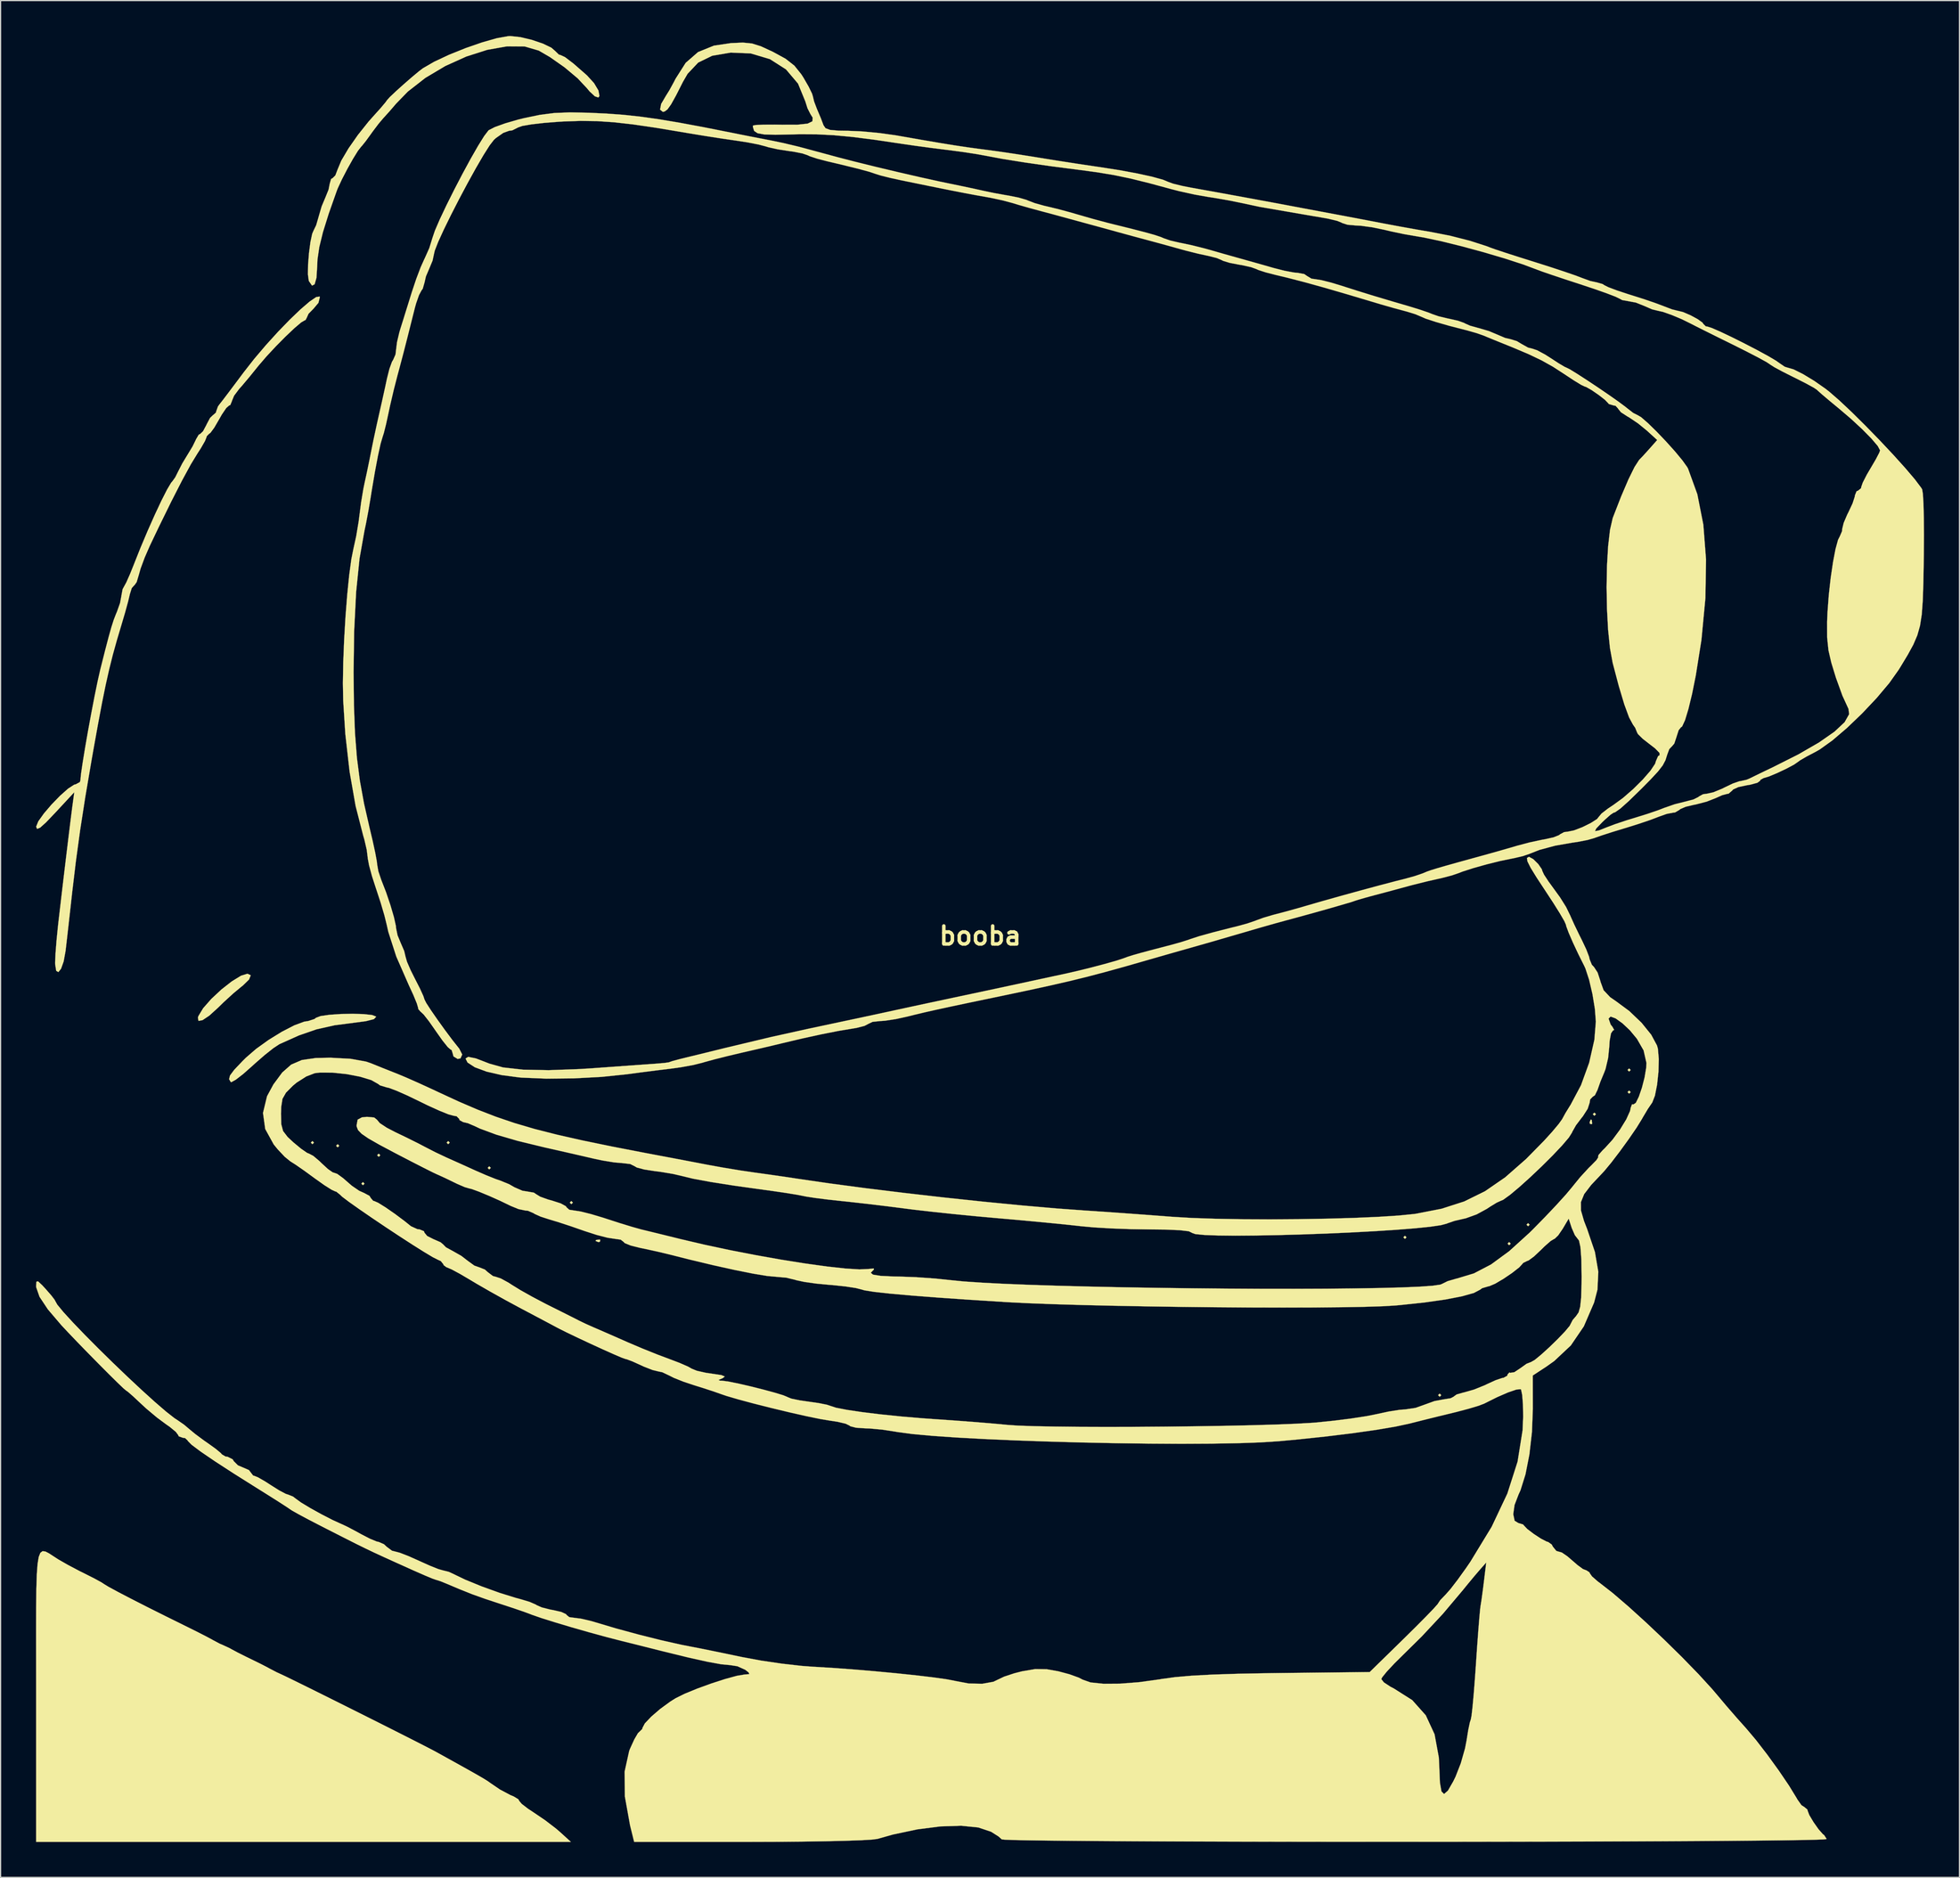
<source format=kicad_pcb>
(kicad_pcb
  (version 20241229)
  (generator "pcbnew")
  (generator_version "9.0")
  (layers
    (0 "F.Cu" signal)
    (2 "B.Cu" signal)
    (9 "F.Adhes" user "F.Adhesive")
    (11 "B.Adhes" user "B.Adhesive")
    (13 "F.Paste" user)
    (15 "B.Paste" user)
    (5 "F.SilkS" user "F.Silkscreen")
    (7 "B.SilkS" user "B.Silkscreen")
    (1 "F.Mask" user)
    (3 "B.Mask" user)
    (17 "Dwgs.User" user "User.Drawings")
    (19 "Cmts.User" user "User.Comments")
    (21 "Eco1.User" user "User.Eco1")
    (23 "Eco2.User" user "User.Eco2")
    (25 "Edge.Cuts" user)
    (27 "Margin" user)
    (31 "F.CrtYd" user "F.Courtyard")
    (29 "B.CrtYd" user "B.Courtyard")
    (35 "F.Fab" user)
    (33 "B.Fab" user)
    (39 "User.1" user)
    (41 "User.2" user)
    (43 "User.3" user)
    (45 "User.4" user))
  (footprint "booba"
    (layer "F.Cu")
    (at 79.952 76.205)
    (property "Reference" "booba" (at 0 0 0) (layer "F.SilkS") (effects (font (size 1.524 1.524) (thickness 0.3))))
    (attr through_hole)
    (fp_poly (pts (xy -56.415 17.513) (xy -56.548 17.646) (xy -56.682 17.513) (xy -56.548 17.379) (xy -56.415 17.513)) (stroke (width 0.01) (type solid)) (fill yes) (layer "F.SilkS"))
    (fp_poly (pts (xy -54.276 17.78) (xy -54.409 17.914) (xy -54.543 17.78) (xy -54.409 17.646) (xy -54.276 17.78)) (stroke (width 0.01) (type solid)) (fill yes) (layer "F.SilkS"))
    (fp_poly (pts (xy -52.137 20.988) (xy -52.271 21.122) (xy -52.404 20.988) (xy -52.271 20.855) (xy -52.137 20.988)) (stroke (width 0.01) (type solid)) (fill yes) (layer "F.SilkS"))
    (fp_poly (pts (xy -50.8 18.582) (xy -50.934 18.716) (xy -51.067 18.582) (xy -50.934 18.448) (xy -50.8 18.582)) (stroke (width 0.01) (type solid)) (fill yes) (layer "F.SilkS"))
    (fp_poly (pts (xy -44.918 17.513) (xy -45.052 17.646) (xy -45.185 17.513) (xy -45.052 17.379) (xy -44.918 17.513)) (stroke (width 0.01) (type solid)) (fill yes) (layer "F.SilkS"))
    (fp_poly (pts (xy -41.442 19.652) (xy -41.576 19.785) (xy -41.709 19.652) (xy -41.576 19.518) (xy -41.442 19.652)) (stroke (width 0.01) (type solid)) (fill yes) (layer "F.SilkS"))
    (fp_poly (pts (xy -34.491 22.593) (xy -34.624 22.726) (xy -34.758 22.593) (xy -34.624 22.459) (xy -34.491 22.593)) (stroke (width 0.01) (type solid)) (fill yes) (layer "F.SilkS"))
    (fp_poly (pts (xy 36.095 25.534) (xy 35.961 25.667) (xy 35.827 25.534) (xy 35.961 25.4) (xy 36.095 25.534)) (stroke (width 0.01) (type solid)) (fill yes) (layer "F.SilkS"))
    (fp_poly (pts (xy 39.036 38.902) (xy 38.902 39.036) (xy 38.768 38.902) (xy 38.902 38.768) (xy 39.036 38.902)) (stroke (width 0.01) (type solid)) (fill yes) (layer "F.SilkS"))
    (fp_poly (pts (xy 44.918 26.068) (xy 44.784 26.202) (xy 44.651 26.068) (xy 44.784 25.935) (xy 44.918 26.068)) (stroke (width 0.01) (type solid)) (fill yes) (layer "F.SilkS"))
    (fp_poly (pts (xy 46.522 24.464) (xy 46.388 24.598) (xy 46.255 24.464) (xy 46.388 24.331) (xy 46.522 24.464)) (stroke (width 0.01) (type solid)) (fill yes) (layer "F.SilkS"))
    (fp_poly (pts (xy 52.137 15.106) (xy 52.003 15.24) (xy 51.869 15.106) (xy 52.003 14.973) (xy 52.137 15.106)) (stroke (width 0.01) (type solid)) (fill yes) (layer "F.SilkS"))
    (fp_poly (pts (xy 55.078 11.363) (xy 54.944 11.497) (xy 54.811 11.363) (xy 54.944 11.229) (xy 55.078 11.363)) (stroke (width 0.01) (type solid)) (fill yes) (layer "F.SilkS"))
    (fp_poly (pts (xy 55.078 13.235) (xy 54.944 13.368) (xy 54.811 13.235) (xy 54.944 13.101) (xy 55.078 13.235)) (stroke (width 0.01) (type solid)) (fill yes) (layer "F.SilkS"))
    (fp_poly (pts (xy -32.173 25.756) (xy -32.21 25.915) (xy -32.352 25.935) (xy -32.572 25.837) (xy -32.53 25.756) (xy -32.213 25.724) (xy -32.173 25.756)) (stroke (width 0.01) (type solid)) (fill yes) (layer "F.SilkS"))
    (fp_poly (pts (xy 51.78 15.596) (xy 51.812 15.914) (xy 51.78 15.953) (xy 51.621 15.916) (xy 51.602 15.775) (xy 51.7 15.555) (xy 51.78 15.596)) (stroke (width 0.01) (type solid)) (fill yes) (layer "F.SilkS"))
    (fp_poly (pts (xy -61.771 3.342) (xy -61.914 3.699) (xy -62.444 4.215) (xy -62.585 4.324) (xy -63.247 4.874) (xy -64.052 5.61) (xy -64.536 6.083) (xy -65.281 6.759) (xy -65.856 7.142) (xy -66.198 7.204) (xy -66.243 6.919) (xy -66.2 6.791) (xy -65.797 6.126) (xy -65.109 5.343) (xy -64.262 4.552) (xy -63.381 3.861) (xy -62.592 3.377) (xy -62.046 3.208) (xy -61.771 3.342)) (stroke (width 0.01) (type solid)) (fill yes) (layer "F.SilkS"))
    (fp_poly (pts (xy -52.193 6.63) (xy -51.486 6.709) (xy -51.156 6.841) (xy -51.15 6.852) (xy -51.338 7.054) (xy -52.026 7.229) (xy -52.861 7.339) (xy -54.671 7.575) (xy -56.201 7.918) (xy -57.691 8.434) (xy -59.344 9.175) (xy -59.845 9.504) (xy -60.588 10.093) (xy -61.433 10.829) (xy -61.644 11.023) (xy -62.41 11.7) (xy -63.031 12.18) (xy -63.405 12.389) (xy -63.461 12.382) (xy -63.603 12.14) (xy -63.525 11.825) (xy -63.173 11.352) (xy -62.494 10.636) (xy -62.184 10.326) (xy -61.314 9.573) (xy -60.253 8.812) (xy -59.132 8.122) (xy -58.083 7.581) (xy -57.239 7.267) (xy -56.915 7.219) (xy -56.373 7.043) (xy -56.245 6.942) (xy -55.852 6.794) (xy -55.104 6.687) (xy -54.148 6.622) (xy -53.129 6.602) (xy -52.193 6.63)) (stroke (width 0.01) (type solid)) (fill yes) (layer "F.SilkS"))
    (fp_poly (pts (xy -79.162 52.139) (xy -78.865 52.291) (xy -78.5 52.529) (xy -78.072 52.807) (xy -77.263 53.27) (xy -76.272 53.794) (xy -75.799 54.029) (xy -75.008 54.428) (xy -74.405 54.76) (xy -74.195 54.897) (xy -73.825 55.124) (xy -73.048 55.546) (xy -71.936 56.126) (xy -70.563 56.827) (xy -69.001 57.609) (xy -67.377 58.411) (xy -66.397 58.897) (xy -65.572 59.318) (xy -65.045 59.6) (xy -64.971 59.644) (xy -64.379 59.956) (xy -64.168 60.045) (xy -63.571 60.321) (xy -63.366 60.434) (xy -62.895 60.687) (xy -62.157 61.057) (xy -61.762 61.249) (xy -60.973 61.636) (xy -60.343 61.96) (xy -60.158 62.063) (xy -59.559 62.375) (xy -59.356 62.466) (xy -58.956 62.652) (xy -58.159 63.039) (xy -57.046 63.587) (xy -55.697 64.256) (xy -54.192 65.006) (xy -52.612 65.796) (xy -51.036 66.586) (xy -49.546 67.337) (xy -48.221 68.007) (xy -47.142 68.557) (xy -46.39 68.946) (xy -46.121 69.089) (xy -44.571 69.947) (xy -43.424 70.586) (xy -42.61 71.045) (xy -42.064 71.363) (xy -41.719 71.577) (xy -41.506 71.727) (xy -41.48 71.747) (xy -40.663 72.302) (xy -39.776 72.773) (xy -39.504 72.885) (xy -39.11 73.125) (xy -39.036 73.267) (xy -38.827 73.514) (xy -38.289 73.928) (xy -37.766 74.274) (xy -36.835 74.906) (xy -35.926 75.603) (xy -35.579 75.901) (xy -34.662 76.735) (xy -79.943 76.735) (xy -79.943 64.31) (xy -79.945 61.361) (xy -79.947 58.905) (xy -79.943 56.902) (xy -79.924 55.311) (xy -79.886 54.092) (xy -79.821 53.203) (xy -79.723 52.604) (xy -79.585 52.254) (xy -79.4 52.113) (xy -79.162 52.139)) (stroke (width 0.01) (type solid)) (fill yes) (layer "F.SilkS"))
    (fp_poly (pts (xy -38.939 -76.11) (xy -37.965 -75.878) (xy -37.034 -75.561) (xy -36.318 -75.217) (xy -36.015 -74.955) (xy -35.683 -74.633) (xy -35.549 -74.596) (xy -35.159 -74.417) (xy -34.445 -73.873) (xy -33.389 -72.95) (xy -33.288 -72.858) (xy -32.702 -72.214) (xy -32.331 -71.593) (xy -32.244 -71.13) (xy -32.333 -70.998) (xy -32.63 -71.095) (xy -33.086 -71.521) (xy -33.298 -71.778) (xy -34.092 -72.625) (xy -35.197 -73.552) (xy -36.437 -74.422) (xy -37.386 -74.973) (xy -38.586 -75.322) (xy -40.072 -75.33) (xy -41.749 -75.033) (xy -43.521 -74.466) (xy -45.296 -73.664) (xy -46.977 -72.664) (xy -48.47 -71.499) (xy -49.463 -70.476) (xy -50.014 -69.835) (xy -50.488 -69.311) (xy -50.536 -69.26) (xy -50.949 -68.772) (xy -51.466 -68.087) (xy -51.593 -67.908) (xy -52.035 -67.3) (xy -52.356 -66.9) (xy -52.414 -66.842) (xy -52.691 -66.487) (xy -53.114 -65.803) (xy -53.596 -64.943) (xy -54.054 -64.058) (xy -54.404 -63.304) (xy -54.484 -63.1) (xy -55.172 -61.148) (xy -55.658 -59.59) (xy -55.966 -58.334) (xy -56.119 -57.288) (xy -56.147 -56.648) (xy -56.206 -55.724) (xy -56.36 -55.18) (xy -56.58 -55.066) (xy -56.833 -55.431) (xy -56.861 -55.5) (xy -56.928 -56.017) (xy -56.915 -56.854) (xy -56.838 -57.828) (xy -56.716 -58.758) (xy -56.565 -59.462) (xy -56.453 -59.721) (xy -56.23 -60.181) (xy -56.027 -60.877) (xy -56.019 -60.911) (xy -55.764 -61.781) (xy -55.455 -62.515) (xy -55.181 -63.192) (xy -55.08 -63.701) (xy -54.966 -64.098) (xy -54.84 -64.168) (xy -54.608 -64.396) (xy -54.422 -64.884) (xy -54.1 -65.655) (xy -53.496 -66.679) (xy -52.698 -67.823) (xy -51.796 -68.955) (xy -51.359 -69.446) (xy -50.775 -70.095) (xy -50.357 -70.592) (xy -50.222 -70.783) (xy -49.993 -71.036) (xy -49.482 -71.52) (xy -48.813 -72.122) (xy -48.115 -72.729) (xy -47.513 -73.23) (xy -47.188 -73.476) (xy -46.228 -74.031) (xy -44.977 -74.617) (xy -43.58 -75.179) (xy -42.182 -75.664) (xy -40.929 -76.02) (xy -39.966 -76.192) (xy -39.783 -76.2) (xy -38.939 -76.11)) (stroke (width 0.01) (type solid)) (fill yes) (layer "F.SilkS"))
    (fp_poly (pts (xy -55.917 -54.093) (xy -56.038 -53.611) (xy -56.452 -53.117) (xy -56.877 -52.685) (xy -57.017 -52.37) (xy -57.016 -52.369) (xy -57.135 -52.142) (xy -57.181 -52.137) (xy -57.498 -51.952) (xy -58.076 -51.461) (xy -58.821 -50.755) (xy -59.639 -49.929) (xy -60.435 -49.074) (xy -61.115 -48.283) (xy -61.227 -48.143) (xy -61.876 -47.341) (xy -62.495 -46.605) (xy -62.765 -46.3) (xy -63.181 -45.743) (xy -63.366 -45.296) (xy -63.366 -45.28) (xy -63.503 -44.95) (xy -63.597 -44.918) (xy -63.843 -44.702) (xy -64.219 -44.148) (xy -64.465 -43.715) (xy -64.865 -43.029) (xy -65.188 -42.593) (xy -65.304 -42.512) (xy -65.501 -42.308) (xy -65.505 -42.258) (xy -65.645 -41.906) (xy -66.001 -41.286) (xy -66.282 -40.852) (xy -66.845 -39.928) (xy -67.593 -38.553) (xy -68.505 -36.77) (xy -69.558 -34.623) (xy -70.323 -33.02) (xy -70.752 -32.036) (xy -71.096 -31.108) (xy -71.255 -30.547) (xy -71.431 -29.957) (xy -71.627 -29.681) (xy -71.646 -29.678) (xy -71.847 -29.448) (xy -72.005 -28.943) (xy -72.154 -28.318) (xy -72.41 -27.384) (xy -72.717 -26.344) (xy -72.719 -26.336) (xy -73.11 -25.025) (xy -73.448 -23.808) (xy -73.755 -22.585) (xy -74.053 -21.259) (xy -74.364 -19.731) (xy -74.708 -17.904) (xy -75.108 -15.68) (xy -75.256 -14.839) (xy -75.785 -11.729) (xy -76.216 -8.95) (xy -76.577 -6.313) (xy -76.883 -3.743) (xy -77.048 -2.265) (xy -77.208 -0.844) (xy -77.345 0.366) (xy -77.442 1.213) (xy -77.448 1.268) (xy -77.612 2.169) (xy -77.833 2.788) (xy -78.06 3.071) (xy -78.243 2.962) (xy -78.332 2.408) (xy -78.334 2.239) (xy -78.301 1.493) (xy -78.216 0.412) (xy -78.095 -0.806) (xy -78.051 -1.203) (xy -77.838 -3.026) (xy -77.617 -4.897) (xy -77.4 -6.712) (xy -77.2 -8.364) (xy -77.029 -9.749) (xy -76.901 -10.761) (xy -76.857 -11.096) (xy -76.711 -12.165) (xy -78.323 -10.427) (xy -79.105 -9.609) (xy -79.599 -9.165) (xy -79.859 -9.055) (xy -79.939 -9.24) (xy -79.939 -9.25) (xy -79.758 -9.697) (xy -79.284 -10.362) (xy -78.632 -11.125) (xy -77.912 -11.866) (xy -77.238 -12.464) (xy -76.722 -12.8) (xy -76.584 -12.834) (xy -76.237 -13.021) (xy -76.195 -13.168) (xy -76.14 -13.726) (xy -75.998 -14.692) (xy -75.792 -15.949) (xy -75.542 -17.38) (xy -75.268 -18.868) (xy -74.992 -20.299) (xy -74.735 -21.553) (xy -74.517 -22.517) (xy -74.499 -22.593) (xy -74.102 -24.165) (xy -73.801 -25.316) (xy -73.568 -26.145) (xy -73.375 -26.75) (xy -73.191 -27.229) (xy -73.098 -27.446) (xy -72.838 -28.177) (xy -72.724 -28.781) (xy -72.724 -28.796) (xy -72.62 -29.356) (xy -72.51 -29.558) (xy -72.308 -29.927) (xy -71.994 -30.635) (xy -71.68 -31.416) (xy -71.11 -32.849) (xy -70.499 -34.297) (xy -69.89 -35.667) (xy -69.326 -36.867) (xy -68.85 -37.802) (xy -68.506 -38.38) (xy -68.396 -38.506) (xy -68.161 -38.835) (xy -67.924 -39.309) (xy -67.568 -40.006) (xy -67.11 -40.762) (xy -67.102 -40.774) (xy -66.693 -41.451) (xy -66.418 -42.012) (xy -66.407 -42.044) (xy -66.176 -42.438) (xy -66.041 -42.512) (xy -65.81 -42.732) (xy -65.525 -43.267) (xy -65.505 -43.314) (xy -65.212 -43.865) (xy -64.952 -44.115) (xy -64.938 -44.116) (xy -64.711 -44.322) (xy -64.703 -44.394) (xy -64.546 -44.831) (xy -64.429 -44.996) (xy -64.164 -45.333) (xy -63.659 -45.997) (xy -62.989 -46.889) (xy -62.356 -47.736) (xy -61.468 -48.87) (xy -60.483 -50.029) (xy -59.463 -51.152) (xy -58.467 -52.18) (xy -57.556 -53.053) (xy -56.791 -53.711) (xy -56.233 -54.094) (xy -55.941 -54.142) (xy -55.917 -54.093)) (stroke (width 0.01) (type solid)) (fill yes) (layer "F.SilkS"))
    (fp_poly (pts (xy -19.332 -75.573) (xy -18.57 -75.333) (xy -17.583 -74.878) (xy -17.547 -74.86) (xy -16.477 -74.275) (xy -15.739 -73.694) (xy -15.154 -72.966) (xy -14.973 -72.684) (xy -14.534 -71.923) (xy -14.243 -71.327) (xy -14.171 -71.09) (xy -14.069 -70.663) (xy -13.824 -70.015) (xy -13.798 -69.957) (xy -13.493 -69.234) (xy -13.275 -68.657) (xy -13.272 -68.647) (xy -13.099 -68.396) (xy -12.71 -68.252) (xy -11.987 -68.189) (xy -11.219 -68.179) (xy -10.005 -68.127) (xy -8.558 -67.99) (xy -7.164 -67.797) (xy -7 -67.768) (xy -5.013 -67.42) (xy -3.436 -67.15) (xy -2.155 -66.942) (xy -1.054 -66.777) (xy -0.018 -66.636) (xy 0.401 -66.583) (xy 1.532 -66.43) (xy 2.947 -66.221) (xy 4.404 -65.993) (xy 4.946 -65.904) (xy 6.48 -65.656) (xy 8.192 -65.391) (xy 9.773 -65.154) (xy 10.16 -65.099) (xy 11.799 -64.842) (xy 13.301 -64.564) (xy 14.563 -64.287) (xy 15.485 -64.031) (xy 15.933 -63.844) (xy 16.34 -63.697) (xy 17.092 -63.513) (xy 17.805 -63.372) (xy 19.963 -62.983) (xy 22.331 -62.551) (xy 24.633 -62.125) (xy 26.001 -61.87) (xy 27.39 -61.608) (xy 28.94 -61.318) (xy 30.145 -61.092) (xy 31.518 -60.833) (xy 33.037 -60.544) (xy 34.223 -60.316) (xy 35.557 -60.066) (xy 37.013 -59.806) (xy 38.1 -59.621) (xy 39.792 -59.289) (xy 41.46 -58.864) (xy 42.878 -58.407) (xy 43.18 -58.289) (xy 43.634 -58.127) (xy 44.48 -57.847) (xy 45.598 -57.487) (xy 46.871 -57.086) (xy 46.923 -57.07) (xy 48.238 -56.652) (xy 49.44 -56.256) (xy 50.398 -55.926) (xy 50.974 -55.707) (xy 51.659 -55.458) (xy 52.171 -55.346) (xy 52.191 -55.345) (xy 52.711 -55.194) (xy 52.819 -55.116) (xy 53.182 -54.933) (xy 53.915 -54.656) (xy 54.873 -54.34) (xy 55.078 -54.276) (xy 56.17 -53.93) (xy 57.172 -53.588) (xy 57.882 -53.321) (xy 57.926 -53.302) (xy 58.58 -53.054) (xy 59.032 -52.94) (xy 59.053 -52.939) (xy 59.509 -52.827) (xy 60.14 -52.555) (xy 60.755 -52.223) (xy 61.161 -51.928) (xy 61.227 -51.82) (xy 61.44 -51.616) (xy 61.562 -51.6) (xy 61.944 -51.479) (xy 62.675 -51.16) (xy 63.635 -50.704) (xy 64.705 -50.169) (xy 65.767 -49.618) (xy 66.7 -49.11) (xy 67.385 -48.706) (xy 67.665 -48.507) (xy 68.12 -48.196) (xy 68.344 -48.126) (xy 68.868 -47.974) (xy 69.671 -47.572) (xy 70.616 -47) (xy 71.561 -46.34) (xy 71.896 -46.078) (xy 72.758 -45.329) (xy 73.811 -44.337) (xy 74.974 -43.185) (xy 76.168 -41.958) (xy 77.314 -40.738) (xy 78.332 -39.608) (xy 79.143 -38.654) (xy 79.667 -37.958) (xy 79.755 -37.816) (xy 79.819 -37.435) (xy 79.868 -36.607) (xy 79.899 -35.417) (xy 79.91 -33.951) (xy 79.9 -32.298) (xy 79.894 -31.873) (xy 79.86 -29.921) (xy 79.81 -28.403) (xy 79.724 -27.219) (xy 79.577 -26.268) (xy 79.347 -25.451) (xy 79.011 -24.666) (xy 78.546 -23.814) (xy 77.93 -22.793) (xy 77.776 -22.543) (xy 76.972 -21.408) (xy 75.899 -20.134) (xy 74.667 -18.829) (xy 73.381 -17.597) (xy 72.15 -16.546) (xy 71.081 -15.781) (xy 70.723 -15.579) (xy 69.964 -15.18) (xy 69.42 -14.863) (xy 69.248 -14.737) (xy 68.908 -14.501) (xy 68.26 -14.156) (xy 67.494 -13.794) (xy 66.799 -13.502) (xy 66.365 -13.369) (xy 66.345 -13.368) (xy 66.056 -13.209) (xy 66.04 -13.136) (xy 65.803 -12.962) (xy 65.205 -12.8) (xy 64.909 -12.752) (xy 64.192 -12.598) (xy 63.743 -12.392) (xy 63.684 -12.316) (xy 63.372 -12.043) (xy 63.277 -12.03) (xy 62.829 -11.913) (xy 62.252 -11.656) (xy 61.506 -11.364) (xy 60.597 -11.127) (xy 60.449 -11.1) (xy 59.731 -10.93) (xy 59.268 -10.73) (xy 59.208 -10.671) (xy 58.837 -10.451) (xy 58.645 -10.427) (xy 58.124 -10.326) (xy 57.427 -10.079) (xy 57.391 -10.064) (xy 56.717 -9.808) (xy 55.732 -9.475) (xy 54.639 -9.133) (xy 54.543 -9.105) (xy 53.509 -8.789) (xy 52.621 -8.503) (xy 52.05 -8.302) (xy 52.003 -8.283) (xy 51.425 -8.117) (xy 50.57 -7.952) (xy 50.132 -7.889) (xy 48.679 -7.635) (xy 47.35 -7.277) (xy 46.488 -6.937) (xy 45.944 -6.751) (xy 45.166 -6.57) (xy 45.018 -6.543) (xy 44.039 -6.341) (xy 42.88 -6.053) (xy 41.742 -5.734) (xy 40.825 -5.437) (xy 40.506 -5.312) (xy 39.916 -5.112) (xy 39.077 -4.893) (xy 38.768 -4.825) (xy 37.781 -4.6) (xy 36.633 -4.313) (xy 36.095 -4.169) (xy 35 -3.871) (xy 33.885 -3.572) (xy 33.421 -3.45) (xy 32.606 -3.229) (xy 31.97 -3.044) (xy 31.817 -2.995) (xy 31.384 -2.848) (xy 31.282 -2.817) (xy 30.951 -2.722) (xy 30.48 -2.584) (xy 29.341 -2.256) (xy 27.951 -1.867) (xy 26.574 -1.489) (xy 25.935 -1.317) (xy 25.013 -1.065) (xy 23.866 -0.74) (xy 22.994 -0.486) (xy 19.51 0.528) (xy 17.112 1.21) (xy 15.976 1.532) (xy 14.784 1.874) (xy 14.304 2.012) (xy 12.352 2.573) (xy 10.663 3.042) (xy 9.112 3.451) (xy 7.57 3.831) (xy 5.911 4.212) (xy 4.008 4.627) (xy 1.733 5.106) (xy 1.203 5.216) (xy -0.838 5.642) (xy -2.443 5.981) (xy -3.702 6.254) (xy -4.704 6.48) (xy -5.536 6.678) (xy -6.167 6.836) (xy -7.159 7.053) (xy -8.078 7.192) (xy -8.491 7.219) (xy -9.12 7.287) (xy -9.471 7.452) (xy -9.473 7.455) (xy -9.803 7.628) (xy -10.477 7.799) (xy -10.892 7.868) (xy -12.003 8.053) (xy -13.464 8.342) (xy -15.107 8.701) (xy -16.765 9.094) (xy -16.844 9.113) (xy -17.532 9.279) (xy -18.559 9.52) (xy -19.741 9.794) (xy -20.186 9.896) (xy -21.381 10.179) (xy -22.488 10.458) (xy -23.324 10.686) (xy -23.528 10.748) (xy -24.306 10.942) (xy -25.356 11.133) (xy -26.202 11.25) (xy -27.409 11.397) (xy -28.815 11.576) (xy -29.945 11.727) (xy -32.07 11.947) (xy -34.417 12.072) (xy -36.747 12.095) (xy -38.822 12.009) (xy -39.036 11.991) (xy -40.517 11.796) (xy -41.799 11.5) (xy -42.794 11.133) (xy -43.414 10.728) (xy -43.581 10.394) (xy -43.358 10.249) (xy -42.703 10.383) (xy -41.64 10.791) (xy -41.576 10.818) (xy -40.401 11.147) (xy -38.721 11.334) (xy -36.543 11.378) (xy -33.878 11.281) (xy -32.753 11.207) (xy -31.204 11.096) (xy -29.762 10.992) (xy -28.546 10.905) (xy -27.679 10.843) (xy -27.405 10.823) (xy -26.736 10.765) (xy -26.363 10.712) (xy -26.336 10.699) (xy -26.1 10.616) (xy -25.49 10.451) (xy -24.865 10.296) (xy -23.767 10.03) (xy -22.489 9.716) (xy -21.657 9.51) (xy -17.732 8.573) (xy -14.637 7.888) (xy -13.376 7.619) (xy -11.944 7.314) (xy -10.894 7.091) (xy -9.6 6.815) (xy -8.207 6.515) (xy -7.219 6.301) (xy -6.001 6.037) (xy -4.601 5.736) (xy -3.541 5.51) (xy -2.196 5.223) (xy -0.703 4.906) (xy 0.336 4.685) (xy 1.664 4.401) (xy 3.123 4.088) (xy 4.144 3.867) (xy 5.27 3.624) (xy 6.352 3.391) (xy 7.085 3.234) (xy 8.186 2.984) (xy 9.398 2.685) (xy 10.565 2.377) (xy 11.532 2.103) (xy 12.143 1.903) (xy 12.165 1.894) (xy 12.498 1.77) (xy 12.968 1.623) (xy 13.67 1.425) (xy 14.699 1.151) (xy 16.151 0.773) (xy 16.176 0.766) (xy 17 0.536) (xy 17.679 0.318) (xy 17.78 0.28) (xy 18.521 0.037) (xy 19.715 -0.295) (xy 21.293 -0.697) (xy 21.791 -0.819) (xy 22.617 -1.047) (xy 23.297 -1.278) (xy 23.395 -1.319) (xy 24.002 -1.539) (xy 24.822 -1.78) (xy 24.999 -1.825) (xy 25.893 -2.06) (xy 26.977 -2.362) (xy 27.539 -2.525) (xy 28.91 -2.922) (xy 30.517 -3.374) (xy 32.201 -3.838) (xy 33.807 -4.272) (xy 35.176 -4.632) (xy 35.961 -4.829) (xy 36.787 -5.058) (xy 37.467 -5.29) (xy 37.565 -5.332) (xy 37.817 -5.437) (xy 38.152 -5.556) (xy 38.653 -5.711) (xy 39.398 -5.927) (xy 40.467 -6.227) (xy 41.941 -6.634) (xy 42.645 -6.827) (xy 43.761 -7.139) (xy 44.888 -7.462) (xy 45.468 -7.633) (xy 46.507 -7.908) (xy 47.574 -8.137) (xy 47.813 -8.178) (xy 48.542 -8.34) (xy 49.015 -8.529) (xy 49.084 -8.591) (xy 49.44 -8.784) (xy 49.757 -8.823) (xy 50.285 -8.932) (xy 50.988 -9.203) (xy 51.692 -9.55) (xy 52.222 -9.887) (xy 52.404 -10.112) (xy 52.612 -10.36) (xy 53.144 -10.772) (xy 53.607 -11.081) (xy 54.421 -11.673) (xy 55.284 -12.424) (xy 56.095 -13.228) (xy 56.75 -13.98) (xy 57.146 -14.572) (xy 57.217 -14.805) (xy 57.399 -15.22) (xy 57.531 -15.3) (xy 57.516 -15.494) (xy 57.14 -15.879) (xy 56.735 -16.191) (xy 56.098 -16.686) (xy 55.694 -17.085) (xy 55.618 -17.224) (xy 55.46 -17.617) (xy 55.267 -17.893) (xy 54.942 -18.497) (xy 54.539 -19.595) (xy 54.071 -21.152) (xy 53.55 -23.127) (xy 53.325 -24.359) (xy 53.165 -25.918) (xy 53.07 -27.684) (xy 53.038 -29.535) (xy 53.071 -31.35) (xy 53.168 -33.007) (xy 53.328 -34.387) (xy 53.552 -35.366) (xy 53.573 -35.426) (xy 54.268 -37.21) (xy 54.886 -38.653) (xy 55.403 -39.704) (xy 55.794 -40.308) (xy 55.86 -40.375) (xy 56.125 -40.65) (xy 56.578 -41.15) (xy 56.668 -41.25) (xy 57.322 -41.99) (xy 56.447 -42.789) (xy 55.697 -43.4) (xy 54.941 -43.909) (xy 54.79 -43.993) (xy 54.254 -44.341) (xy 54.01 -44.641) (xy 54.008 -44.657) (xy 53.793 -44.892) (xy 53.63 -44.918) (xy 53.23 -45.038) (xy 53.162 -45.118) (xy 52.894 -45.397) (xy 52.368 -45.807) (xy 51.775 -46.214) (xy 51.306 -46.482) (xy 51.177 -46.522) (xy 50.883 -46.662) (xy 50.279 -47.031) (xy 49.494 -47.549) (xy 49.467 -47.567) (xy 48.505 -48.191) (xy 47.54 -48.732) (xy 46.423 -49.266) (xy 45.003 -49.866) (xy 44.383 -50.116) (xy 43.546 -50.454) (xy 42.842 -50.744) (xy 42.645 -50.827) (xy 42.038 -51.041) (xy 41.217 -51.276) (xy 41.041 -51.32) (xy 39.712 -51.663) (xy 38.562 -51.993) (xy 37.705 -52.274) (xy 37.275 -52.462) (xy 36.842 -52.645) (xy 36.133 -52.865) (xy 35.938 -52.917) (xy 35.044 -53.158) (xy 33.974 -53.464) (xy 33.491 -53.608) (xy 31.112 -54.319) (xy 29.146 -54.891) (xy 27.496 -55.348) (xy 26.067 -55.719) (xy 24.999 -55.975) (xy 24.173 -56.188) (xy 23.552 -56.389) (xy 23.369 -56.473) (xy 22.939 -56.628) (xy 22.207 -56.791) (xy 21.899 -56.843) (xy 21.12 -56.995) (xy 20.562 -57.165) (xy 20.454 -57.222) (xy 20.025 -57.404) (xy 19.335 -57.579) (xy 19.251 -57.596) (xy 18.417 -57.777) (xy 17.399 -58.032) (xy 16.978 -58.148) (xy 15.933 -58.44) (xy 14.716 -58.772) (xy 14.037 -58.955) (xy 12.869 -59.269) (xy 11.643 -59.605) (xy 11.031 -59.775) (xy 5.963 -61.159) (xy 5.214 -61.357) (xy 4.181 -61.637) (xy 3.214 -61.913) (xy 2.715 -62.065) (xy 1.903 -62.282) (xy 0.884 -62.502) (xy 0.442 -62.582) (xy -0.364 -62.724) (xy -1.348 -62.908) (xy -2.592 -63.152) (xy -4.177 -63.471) (xy -6.185 -63.882) (xy -6.684 -63.984) (xy -7.641 -64.194) (xy -8.421 -64.389) (xy -8.823 -64.515) (xy -9.372 -64.7) (xy -10.363 -64.969) (xy -11.829 -65.33) (xy -12.967 -65.597) (xy -13.799 -65.815) (xy -14.429 -66.022) (xy -14.616 -66.11) (xy -15.053 -66.259) (xy -15.804 -66.408) (xy -16.22 -66.465) (xy -17.146 -66.609) (xy -17.953 -66.789) (xy -18.181 -66.86) (xy -18.785 -67.018) (xy -19.714 -67.198) (xy -20.721 -67.353) (xy -21.877 -67.52) (xy -23.301 -67.742) (xy -24.737 -67.978) (xy -25.133 -68.046) (xy -27.461 -68.434) (xy -29.381 -68.716) (xy -31.01 -68.9) (xy -32.46 -68.997) (xy -33.846 -69.015) (xy -35.284 -68.966) (xy -35.661 -68.945) (xy -36.927 -68.846) (xy -38.004 -68.722) (xy -38.777 -68.589) (xy -39.124 -68.466) (xy -39.625 -68.215) (xy -39.894 -68.179) (xy -40.385 -68.003) (xy -41.009 -67.566) (xy -41.179 -67.413) (xy -41.538 -66.95) (xy -42.064 -66.12) (xy -42.705 -65.018) (xy -43.412 -63.74) (xy -44.135 -62.38) (xy -44.824 -61.035) (xy -45.43 -59.798) (xy -45.901 -58.765) (xy -46.189 -58.031) (xy -46.255 -57.743) (xy -46.375 -57.182) (xy -46.654 -56.512) (xy -46.938 -55.846) (xy -47.055 -55.332) (xy -47.207 -54.801) (xy -47.309 -54.663) (xy -47.523 -54.265) (xy -47.77 -53.557) (xy -47.867 -53.206) (xy -48.118 -52.213) (xy -48.408 -51.06) (xy -48.541 -50.533) (xy -48.831 -49.4) (xy -49.168 -48.124) (xy -49.348 -47.458) (xy -49.662 -46.235) (xy -49.974 -44.9) (xy -50.113 -44.249) (xy -50.314 -43.325) (xy -50.501 -42.58) (xy -50.608 -42.244) (xy -50.776 -41.674) (xy -50.997 -40.666) (xy -51.253 -39.314) (xy -51.526 -37.709) (xy -51.612 -37.164) (xy -51.803 -36.032) (xy -52.012 -34.919) (xy -52.148 -34.272) (xy -52.559 -31.949) (xy -52.848 -29.111) (xy -53.016 -25.762) (xy -53.062 -22.325) (xy -53.033 -19.545) (xy -52.944 -17.17) (xy -52.78 -15.074) (xy -52.529 -13.128) (xy -52.179 -11.205) (xy -51.727 -9.224) (xy -51.449 -8.05) (xy -51.229 -7.033) (xy -51.095 -6.308) (xy -51.068 -6.056) (xy -50.966 -5.469) (xy -50.72 -4.738) (xy -50.712 -4.719) (xy -50.313 -3.691) (xy -49.941 -2.592) (xy -49.647 -1.586) (xy -49.481 -0.839) (xy -49.462 -0.633) (xy -49.339 -0.044) (xy -49.06 0.632) (xy -48.778 1.284) (xy -48.661 1.774) (xy -48.541 2.194) (xy -48.23 2.914) (xy -47.859 3.652) (xy -47.442 4.47) (xy -47.152 5.106) (xy -47.057 5.397) (xy -46.909 5.689) (xy -46.519 6.291) (xy -45.969 7.086) (xy -45.342 7.958) (xy -44.72 8.792) (xy -44.185 9.469) (xy -44.12 9.547) (xy -43.863 10.052) (xy -44.009 10.375) (xy -44.249 10.427) (xy -44.604 10.213) (xy -44.651 10.026) (xy -44.76 9.67) (xy -44.853 9.625) (xy -45.09 9.419) (xy -45.525 8.876) (xy -46.069 8.108) (xy -46.123 8.028) (xy -46.672 7.245) (xy -47.121 6.673) (xy -47.38 6.427) (xy -47.391 6.424) (xy -47.582 6.207) (xy -47.592 6.115) (xy -47.702 5.736) (xy -47.99 5.032) (xy -48.384 4.177) (xy -49.447 1.75) (xy -50.12 -0.335) (xy -50.255 -0.936) (xy -50.449 -1.722) (xy -50.763 -2.79) (xy -51.133 -3.919) (xy -51.165 -4.011) (xy -51.501 -5.05) (xy -51.75 -5.966) (xy -51.865 -6.585) (xy -51.868 -6.648) (xy -51.948 -7.285) (xy -52.148 -8.151) (xy -52.255 -8.52) (xy -52.892 -11.003) (xy -53.399 -13.899) (xy -53.762 -17.101) (xy -53.941 -19.919) (xy -53.966 -21.403) (xy -53.937 -23.158) (xy -53.861 -25.067) (xy -53.747 -27.013) (xy -53.601 -28.88) (xy -53.433 -30.549) (xy -53.25 -31.905) (xy -53.08 -32.753) (xy -52.842 -33.833) (xy -52.636 -35.066) (xy -52.563 -35.636) (xy -52.42 -36.737) (xy -52.238 -37.827) (xy -52.14 -38.309) (xy -51.933 -39.257) (xy -51.701 -40.384) (xy -51.598 -40.907) (xy -51.375 -42.007) (xy -51.1 -43.287) (xy -50.914 -44.116) (xy -50.65 -45.284) (xy -50.387 -46.479) (xy -50.235 -47.191) (xy -50.029 -48.01) (xy -49.812 -48.612) (xy -49.71 -48.781) (xy -49.511 -49.234) (xy -49.463 -49.641) (xy -49.384 -50.274) (xy -49.185 -51.118) (xy -49.104 -51.392) (xy -48.841 -52.23) (xy -48.494 -53.343) (xy -48.135 -54.497) (xy -48.12 -54.543) (xy -47.756 -55.632) (xy -47.379 -56.626) (xy -47.065 -57.325) (xy -47.041 -57.369) (xy -46.65 -58.244) (xy -46.388 -59.093) (xy -46.176 -59.72) (xy -45.763 -60.676) (xy -45.202 -61.862) (xy -44.545 -63.178) (xy -43.844 -64.524) (xy -43.152 -65.799) (xy -42.52 -66.903) (xy -42.001 -67.737) (xy -41.647 -68.201) (xy -41.613 -68.231) (xy -41.102 -68.493) (xy -40.222 -68.809) (xy -39.128 -69.126) (xy -38.624 -69.251) (xy -37.288 -69.528) (xy -36.07 -69.684) (xy -34.752 -69.737) (xy -33.143 -69.706) (xy -31.633 -69.635) (xy -30.212 -69.531) (xy -28.78 -69.377) (xy -27.238 -69.161) (xy -25.486 -68.868) (xy -23.426 -68.484) (xy -20.958 -67.995) (xy -20.587 -67.92) (xy -19.442 -67.692) (xy -18.241 -67.46) (xy -17.78 -67.372) (xy -16.7 -67.147) (xy -15.49 -66.86) (xy -14.973 -66.725) (xy -13.793 -66.406) (xy -12.519 -66.062) (xy -12.032 -65.93) (xy -10.591 -65.557) (xy -8.818 -65.119) (xy -6.899 -64.663) (xy -5.022 -64.231) (xy -3.377 -63.869) (xy -2.674 -63.723) (xy -1.551 -63.491) (xy -0.505 -63.269) (xy 0.246 -63.102) (xy 0.267 -63.097) (xy 1.152 -62.911) (xy 2.174 -62.727) (xy 2.406 -62.689) (xy 3.249 -62.521) (xy 3.922 -62.324) (xy 4.074 -62.258) (xy 4.623 -62.049) (xy 5.423 -61.826) (xy 5.678 -61.768) (xy 6.617 -61.541) (xy 7.731 -61.239) (xy 8.288 -61.076) (xy 9.46 -60.738) (xy 10.726 -60.398) (xy 11.229 -60.271) (xy 12.827 -59.875) (xy 13.982 -59.577) (xy 14.777 -59.354) (xy 15.29 -59.183) (xy 15.541 -59.075) (xy 16.085 -58.887) (xy 16.863 -58.703) (xy 17.012 -58.676) (xy 17.914 -58.486) (xy 18.976 -58.22) (xy 19.384 -58.107) (xy 20.511 -57.784) (xy 21.711 -57.446) (xy 22.058 -57.349) (xy 23.15 -57.043) (xy 24.357 -56.7) (xy 24.829 -56.563) (xy 25.751 -56.328) (xy 26.553 -56.177) (xy 26.885 -56.147) (xy 27.439 -56.044) (xy 27.673 -55.88) (xy 28.05 -55.655) (xy 28.356 -55.613) (xy 28.873 -55.533) (xy 29.703 -55.324) (xy 30.546 -55.07) (xy 31.953 -54.62) (xy 33.357 -54.187) (xy 34.953 -53.711) (xy 36.228 -53.339) (xy 37.151 -53.056) (xy 37.908 -52.801) (xy 38.268 -52.657) (xy 38.811 -52.468) (xy 39.589 -52.282) (xy 39.738 -52.254) (xy 40.473 -52.085) (xy 40.982 -51.902) (xy 41.041 -51.865) (xy 41.472 -51.674) (xy 42.153 -51.483) (xy 42.195 -51.474) (xy 43.066 -51.218) (xy 43.8 -50.91) (xy 44.449 -50.634) (xy 44.918 -50.526) (xy 45.438 -50.364) (xy 45.838 -50.123) (xy 46.394 -49.813) (xy 46.735 -49.731) (xy 47.159 -49.589) (xy 47.833 -49.226) (xy 48.301 -48.928) (xy 48.988 -48.481) (xy 49.478 -48.19) (xy 49.624 -48.126) (xy 49.911 -47.985) (xy 50.524 -47.609) (xy 51.354 -47.073) (xy 52.29 -46.451) (xy 53.221 -45.816) (xy 54.037 -45.243) (xy 54.627 -44.804) (xy 54.785 -44.676) (xy 55.29 -44.285) (xy 55.623 -44.116) (xy 55.629 -44.116) (xy 55.957 -43.927) (xy 56.534 -43.425) (xy 57.265 -42.71) (xy 58.058 -41.881) (xy 58.818 -41.035) (xy 59.451 -40.273) (xy 59.865 -39.693) (xy 59.933 -39.569) (xy 60.72 -37.398) (xy 61.229 -34.816) (xy 61.457 -31.869) (xy 61.404 -28.603) (xy 61.068 -25.064) (xy 60.591 -22.058) (xy 60.277 -20.497) (xy 59.965 -19.209) (xy 59.678 -18.264) (xy 59.435 -17.735) (xy 59.322 -17.646) (xy 59.138 -17.416) (xy 58.959 -16.861) (xy 58.955 -16.844) (xy 58.769 -16.283) (xy 58.566 -16.042) (xy 58.561 -16.042) (xy 58.344 -15.815) (xy 58.171 -15.351) (xy 58.023 -14.877) (xy 57.79 -14.436) (xy 57.392 -13.922) (xy 56.75 -13.231) (xy 55.987 -12.459) (xy 54.935 -11.432) (xy 54.201 -10.776) (xy 53.754 -10.464) (xy 53.628 -10.427) (xy 53.371 -10.258) (xy 52.887 -9.831) (xy 52.672 -9.625) (xy 52.156 -9.088) (xy 52.059 -8.865) (xy 52.401 -8.929) (xy 53.032 -9.183) (xy 53.758 -9.457) (xy 54.745 -9.787) (xy 55.479 -10.011) (xy 56.497 -10.327) (xy 57.437 -10.649) (xy 57.925 -10.838) (xy 58.808 -11.145) (xy 59.733 -11.376) (xy 60.407 -11.555) (xy 60.817 -11.761) (xy 60.845 -11.795) (xy 61.205 -11.993) (xy 61.511 -12.032) (xy 62.071 -12.154) (xy 62.82 -12.46) (xy 63.029 -12.566) (xy 63.731 -12.902) (xy 64.269 -13.088) (xy 64.369 -13.101) (xy 64.888 -13.217) (xy 65.175 -13.339) (xy 65.662 -13.579) (xy 66.439 -13.955) (xy 67.109 -14.275) (xy 69.271 -15.363) (xy 71.019 -16.372) (xy 72.332 -17.286) (xy 73.191 -18.091) (xy 73.574 -18.769) (xy 73.523 -19.214) (xy 73.005 -20.344) (xy 72.459 -21.851) (xy 72.063 -23.142) (xy 71.824 -24.181) (xy 71.711 -25.276) (xy 71.709 -26.616) (xy 71.744 -27.42) (xy 71.852 -28.868) (xy 72.013 -30.316) (xy 72.21 -31.651) (xy 72.423 -32.762) (xy 72.636 -33.54) (xy 72.791 -33.845) (xy 72.972 -34.266) (xy 72.992 -34.472) (xy 73.112 -34.968) (xy 73.414 -35.678) (xy 73.526 -35.897) (xy 73.863 -36.617) (xy 74.049 -37.188) (xy 74.061 -37.297) (xy 74.205 -37.653) (xy 74.328 -37.699) (xy 74.582 -37.907) (xy 74.596 -38.004) (xy 74.728 -38.384) (xy 75.067 -39.047) (xy 75.398 -39.612) (xy 75.833 -40.353) (xy 76.123 -40.909) (xy 76.195 -41.112) (xy 75.995 -41.486) (xy 75.461 -42.114) (xy 74.676 -42.912) (xy 73.72 -43.797) (xy 72.724 -44.645) (xy 71.912 -45.316) (xy 71.267 -45.862) (xy 70.896 -46.192) (xy 70.853 -46.239) (xy 70.563 -46.431) (xy 69.919 -46.784) (xy 69.046 -47.227) (xy 68.847 -47.324) (xy 67.943 -47.779) (xy 67.24 -48.159) (xy 66.867 -48.394) (xy 66.842 -48.419) (xy 66.564 -48.6) (xy 65.9 -48.964) (xy 64.945 -49.46) (xy 63.796 -50.037) (xy 63.634 -50.117) (xy 62.436 -50.708) (xy 61.39 -51.228) (xy 60.601 -51.624) (xy 60.176 -51.842) (xy 60.158 -51.852) (xy 59.405 -52.222) (xy 58.558 -52.577) (xy 57.813 -52.841) (xy 57.372 -52.939) (xy 56.892 -53.056) (xy 56.246 -53.338) (xy 56.245 -53.338) (xy 55.527 -53.626) (xy 54.931 -53.739) (xy 54.358 -53.842) (xy 54.129 -53.965) (xy 53.787 -54.131) (xy 53.044 -54.416) (xy 52.01 -54.781) (xy 50.8 -55.183) (xy 49.551 -55.591) (xy 48.451 -55.958) (xy 47.62 -56.244) (xy 47.191 -56.402) (xy 45.981 -56.856) (xy 44.407 -57.368) (xy 42.623 -57.895) (xy 40.785 -58.395) (xy 39.048 -58.824) (xy 37.57 -59.139) (xy 36.897 -59.252) (xy 35.905 -59.423) (xy 34.755 -59.665) (xy 34.234 -59.79) (xy 33.213 -60.002) (xy 32.233 -60.135) (xy 31.814 -60.158) (xy 31.105 -60.22) (xy 30.632 -60.373) (xy 30.6 -60.398) (xy 30.227 -60.55) (xy 29.475 -60.731) (xy 28.496 -60.905) (xy 28.341 -60.928) (xy 23.665 -61.735) (xy 22.093 -62.071) (xy 21.027 -62.286) (xy 19.815 -62.497) (xy 19.285 -62.578) (xy 18.134 -62.781) (xy 16.848 -63.065) (xy 16.176 -63.239) (xy 14.27 -63.754) (xy 12.704 -64.14) (xy 11.309 -64.43) (xy 9.917 -64.661) (xy 8.556 -64.845) (xy 5.997 -65.177) (xy 3.747 -65.499) (xy 1.882 -65.798) (xy 0.535 -66.052) (xy -0.335 -66.21) (xy -1.497 -66.387) (xy -2.712 -66.548) (xy -2.807 -66.559) (xy -4.13 -66.725) (xy -5.53 -66.914) (xy -6.684 -67.082) (xy -8.947 -67.418) (xy -10.812 -67.655) (xy -12.406 -67.805) (xy -13.855 -67.879) (xy -15.285 -67.886) (xy -15.973 -67.87) (xy -17.353 -67.841) (xy -18.285 -67.869) (xy -18.854 -67.971) (xy -19.146 -68.169) (xy -19.245 -68.48) (xy -19.251 -68.618) (xy -19.003 -68.668) (xy -18.339 -68.697) (xy -17.376 -68.701) (xy -16.79 -68.692) (xy -15.463 -68.695) (xy -14.619 -68.785) (xy -14.211 -68.979) (xy -14.191 -69.296) (xy -14.376 -69.592) (xy -14.625 -70.083) (xy -14.813 -70.674) (xy -15.428 -72.174) (xy -16.449 -73.379) (xy -17.807 -74.246) (xy -19.436 -74.731) (xy -21.134 -74.8) (xy -22.697 -74.534) (xy -23.883 -73.955) (xy -24.779 -73.007) (xy -25.175 -72.323) (xy -25.761 -71.167) (xy -26.179 -70.416) (xy -26.484 -69.99) (xy -26.729 -69.809) (xy -26.877 -69.783) (xy -27.11 -69.969) (xy -27.018 -70.453) (xy -26.627 -71.12) (xy -26.325 -71.604) (xy -25.929 -72.329) (xy -25.799 -72.584) (xy -24.941 -73.933) (xy -23.892 -74.847) (xy -22.554 -75.389) (xy -21.106 -75.604) (xy -20.1 -75.648) (xy -19.332 -75.573)) (stroke (width 0.01) (type solid)) (fill yes) (layer "F.SilkS"))
    (fp_poly (pts (xy 46.827 -6.495) (xy 47.253 -6.073) (xy 47.553 -5.638) (xy 47.592 -5.498) (xy 47.74 -5.177) (xy 48.115 -4.606) (xy 48.327 -4.315) (xy 49.091 -3.262) (xy 49.605 -2.443) (xy 49.972 -1.688) (xy 50.007 -1.604) (xy 50.289 -0.977) (xy 50.7 -0.123) (xy 50.942 0.359) (xy 51.313 1.146) (xy 51.552 1.769) (xy 51.602 1.997) (xy 51.789 2.45) (xy 51.975 2.65) (xy 52.277 3.113) (xy 52.509 3.823) (xy 52.523 3.891) (xy 52.783 4.608) (xy 53.34 5.198) (xy 53.821 5.53) (xy 54.964 6.375) (xy 55.997 7.363) (xy 56.813 8.373) (xy 57.305 9.285) (xy 57.38 9.557) (xy 57.457 10.438) (xy 57.428 11.513) (xy 57.313 12.604) (xy 57.13 13.533) (xy 56.901 14.121) (xy 56.879 14.15) (xy 56.531 14.66) (xy 56.106 15.373) (xy 56.032 15.507) (xy 55.585 16.233) (xy 54.926 17.196) (xy 54.171 18.238) (xy 53.436 19.2) (xy 52.838 19.923) (xy 52.691 20.081) (xy 51.737 21.091) (xy 51.14 21.87) (xy 50.863 22.551) (xy 50.869 23.266) (xy 51.123 24.148) (xy 51.39 24.836) (xy 52.048 26.777) (xy 52.336 28.451) (xy 52.262 29.967) (xy 51.978 31.059) (xy 51.108 33.075) (xy 50.009 34.689) (xy 48.598 36.014) (xy 47.926 36.489) (xy 46.789 37.235) (xy 46.792 40.074) (xy 46.716 42.027) (xy 46.5 43.919) (xy 46.168 45.61) (xy 45.744 46.96) (xy 45.578 47.324) (xy 45.242 48.202) (xy 45.132 48.983) (xy 45.249 49.536) (xy 45.564 49.731) (xy 45.964 49.85) (xy 46.032 49.931) (xy 46.317 50.232) (xy 46.867 50.651) (xy 47.484 51.055) (xy 47.97 51.306) (xy 48.087 51.335) (xy 48.389 51.548) (xy 48.49 51.736) (xy 48.779 52.09) (xy 48.931 52.137) (xy 49.245 52.226) (xy 49.707 52.541) (xy 50.423 53.156) (xy 50.552 53.273) (xy 51.037 53.628) (xy 51.335 53.741) (xy 51.595 53.913) (xy 51.602 53.966) (xy 51.8 54.248) (xy 52.296 54.682) (xy 52.501 54.835) (xy 53.566 55.666) (xy 54.89 56.802) (xy 56.375 58.149) (xy 57.923 59.614) (xy 59.436 61.103) (xy 60.816 62.522) (xy 61.966 63.779) (xy 62.431 64.326) (xy 63.194 65.232) (xy 64.104 66.28) (xy 64.841 67.104) (xy 65.678 68.095) (xy 66.64 69.341) (xy 67.611 70.683) (xy 68.478 71.962) (xy 69.127 73.02) (xy 69.196 73.146) (xy 69.535 73.623) (xy 69.798 73.794) (xy 70.042 73.999) (xy 70.051 74.072) (xy 70.2 74.46) (xy 70.557 75.059) (xy 70.987 75.668) (xy 71.357 76.087) (xy 71.454 76.155) (xy 71.653 76.461) (xy 71.655 76.496) (xy 71.394 76.526) (xy 70.636 76.554) (xy 69.42 76.58) (xy 67.784 76.604) (xy 65.767 76.626) (xy 63.405 76.646) (xy 60.738 76.664) (xy 57.804 76.679) (xy 54.64 76.692) (xy 51.286 76.704) (xy 47.779 76.713) (xy 44.157 76.719) (xy 40.46 76.724) (xy 36.724 76.726) (xy 32.988 76.726) (xy 29.291 76.724) (xy 25.67 76.72) (xy 22.164 76.713) (xy 18.811 76.704) (xy 15.649 76.693) (xy 12.717 76.679) (xy 10.052 76.663) (xy 7.693 76.645) (xy 5.678 76.624) (xy 4.045 76.601) (xy 2.833 76.576) (xy 2.079 76.548) (xy 1.822 76.519) (xy 1.552 76.277) (xy 1 75.925) (xy 0.895 75.866) (xy -0.161 75.513) (xy -1.611 75.367) (xy -3.363 75.422) (xy -5.319 75.671) (xy -7.386 76.109) (xy -8.708 76.481) (xy -9.162 76.54) (xy -10.087 76.594) (xy -11.419 76.641) (xy -13.094 76.68) (xy -15.049 76.71) (xy -17.22 76.729) (xy -19.417 76.735) (xy -29.305 76.735) (xy -29.652 75.331) (xy -30.09 72.895) (xy -30.114 70.793) (xy -29.725 69.027) (xy -29.651 68.839) (xy -29.294 68.06) (xy -28.986 67.529) (xy -28.827 67.377) (xy -28.616 67.17) (xy -28.608 67.094) (xy -28.403 66.705) (xy -27.863 66.132) (xy -27.106 65.48) (xy -26.249 64.853) (xy -25.801 64.572) (xy -25.026 64.188) (xy -23.965 63.753) (xy -22.772 63.319) (xy -21.601 62.94) (xy -20.606 62.668) (xy -19.941 62.556) (xy -19.926 62.556) (xy -19.55 62.527) (xy -19.614 62.381) (xy -19.903 62.155) (xy -20.565 61.857) (xy -21.185 61.762) (xy -21.923 61.693) (xy -23.086 61.482) (xy -24.701 61.123) (xy -26.795 60.611) (xy -27.138 60.525) (xy -28.367 60.215) (xy -29.708 59.879) (xy -30.346 59.721) (xy -31.653 59.384) (xy -33.113 58.984) (xy -34.6 58.559) (xy -35.986 58.145) (xy -37.145 57.781) (xy -37.951 57.503) (xy -38.1 57.444) (xy -38.606 57.256) (xy -39.453 56.965) (xy -40.472 56.629) (xy -40.642 56.574) (xy -41.963 56.138) (xy -43.028 55.756) (xy -44.091 55.332) (xy -45.092 54.907) (xy -45.698 54.661) (xy -46.06 54.545) (xy -46.076 54.543) (xy -46.371 54.441) (xy -47.021 54.171) (xy -47.894 53.788) (xy -48.041 53.722) (xy -49.416 53.103) (xy -50.464 52.628) (xy -51.308 52.239) (xy -52.073 51.874) (xy -52.882 51.475) (xy -53.86 50.981) (xy -55.132 50.334) (xy -55.878 49.953) (xy -56.892 49.428) (xy -57.735 48.977) (xy -58.286 48.666) (xy -58.418 48.579) (xy -58.746 48.356) (xy -59.421 47.919) (xy -60.338 47.339) (xy -61.134 46.841) (xy -63.18 45.554) (xy -64.811 44.495) (xy -66.017 43.673) (xy -66.784 43.096) (xy -67.101 42.773) (xy -67.109 42.742) (xy -67.327 42.537) (xy -67.511 42.512) (xy -67.867 42.386) (xy -67.912 42.28) (xy -68.116 42.006) (xy -68.631 41.582) (xy -68.924 41.378) (xy -69.711 40.795) (xy -70.609 40.042) (xy -71.084 39.605) (xy -71.71 39.018) (xy -72.167 38.618) (xy -72.334 38.501) (xy -72.549 38.321) (xy -73.057 37.835) (xy -73.78 37.121) (xy -74.64 36.257) (xy -75.559 35.323) (xy -76.459 34.397) (xy -77.262 33.557) (xy -77.808 32.973) (xy -78.948 31.635) (xy -79.654 30.572) (xy -79.936 29.766) (xy -79.943 29.644) (xy -79.918 29.291) (xy -79.779 29.262) (xy -79.431 29.588) (xy -79.141 29.902) (xy -78.657 30.457) (xy -78.371 30.831) (xy -78.339 30.9) (xy -78.151 31.235) (xy -77.629 31.867) (xy -76.835 32.735) (xy -75.833 33.778) (xy -74.685 34.935) (xy -73.453 36.145) (xy -72.2 37.346) (xy -70.989 38.478) (xy -69.883 39.479) (xy -68.944 40.289) (xy -68.235 40.845) (xy -67.962 41.023) (xy -67.416 41.402) (xy -67.001 41.753) (xy -66.466 42.195) (xy -65.718 42.749) (xy -65.394 42.974) (xy -64.742 43.442) (xy -64.306 43.805) (xy -64.213 43.915) (xy -63.905 44.098) (xy -63.737 44.116) (xy -63.305 44.331) (xy -63.205 44.493) (xy -62.855 44.844) (xy -62.411 45.033) (xy -61.92 45.247) (xy -61.762 45.458) (xy -61.565 45.713) (xy -61.508 45.72) (xy -61.159 45.859) (xy -60.537 46.217) (xy -60.066 46.522) (xy -59.349 46.973) (xy -58.794 47.264) (xy -58.601 47.324) (xy -58.186 47.491) (xy -57.971 47.658) (xy -57.51 47.992) (xy -56.727 48.464) (xy -55.786 48.986) (xy -54.847 49.469) (xy -54.075 49.822) (xy -54.008 49.848) (xy -53.549 50.067) (xy -52.834 50.445) (xy -52.429 50.67) (xy -51.686 51.055) (xy -51.106 51.295) (xy -50.924 51.335) (xy -50.494 51.522) (xy -50.265 51.736) (xy -49.81 52.076) (xy -49.565 52.137) (xy -49.151 52.246) (xy -48.415 52.531) (xy -47.516 52.931) (xy -47.5 52.939) (xy -46.609 53.34) (xy -45.89 53.627) (xy -45.495 53.741) (xy -45.49 53.741) (xy -45.005 53.861) (xy -44.714 53.995) (xy -43.623 54.52) (xy -42.221 55.094) (xy -40.717 55.637) (xy -39.319 56.072) (xy -38.913 56.18) (xy -38.167 56.404) (xy -37.636 56.634) (xy -37.563 56.684) (xy -37.13 56.876) (xy -36.404 57.06) (xy -36.148 57.106) (xy -35.461 57.265) (xy -35.064 57.452) (xy -35.025 57.518) (xy -34.798 57.7) (xy -34.424 57.75) (xy -33.803 57.829) (xy -32.954 58.028) (xy -32.619 58.126) (xy -30.841 58.655) (xy -28.902 59.182) (xy -26.993 59.66) (xy -25.303 60.04) (xy -24.598 60.178) (xy -23.853 60.321) (xy -22.742 60.545) (xy -21.421 60.818) (xy -20.186 61.077) (xy -18.576 61.376) (xy -16.8 61.638) (xy -15.117 61.829) (xy -14.171 61.899) (xy -12.544 61.996) (xy -10.759 62.127) (xy -8.911 62.283) (xy -7.098 62.454) (xy -5.42 62.63) (xy -3.974 62.802) (xy -2.857 62.959) (xy -2.168 63.091) (xy -2.133 63.101) (xy -0.971 63.319) (xy 0.175 63.341) (xy 1.114 63.173) (xy 1.478 62.998) (xy 2.026 62.738) (xy 2.881 62.456) (xy 3.543 62.287) (xy 4.661 62.097) (xy 5.63 62.111) (xy 6.617 62.287) (xy 7.554 62.538) (xy 8.34 62.822) (xy 8.682 62.998) (xy 9.344 63.23) (xy 10.427 63.341) (xy 11.833 63.333) (xy 13.461 63.207) (xy 15.213 62.964) (xy 15.311 62.947) (xy 33.959 62.947) (xy 34.181 63.227) (xy 34.736 63.593) (xy 35.015 63.737) (xy 36.579 64.727) (xy 37.726 66.013) (xy 38.471 67.623) (xy 38.832 69.587) (xy 38.873 70.468) (xy 38.925 71.725) (xy 39.054 72.459) (xy 39.274 72.679) (xy 39.602 72.393) (xy 40.053 71.61) (xy 40.245 71.216) (xy 40.692 70.076) (xy 41.051 68.814) (xy 41.179 68.151) (xy 41.32 67.273) (xy 41.458 66.614) (xy 41.539 66.367) (xy 41.603 66.036) (xy 41.69 65.265) (xy 41.791 64.148) (xy 41.897 62.778) (xy 41.972 61.707) (xy 42.075 60.189) (xy 42.175 58.832) (xy 42.263 57.737) (xy 42.331 57.005) (xy 42.361 56.768) (xy 42.446 56.234) (xy 42.562 55.382) (xy 42.652 54.667) (xy 42.845 53.073) (xy 42.302 53.687) (xy 41.809 54.263) (xy 41.177 55.027) (xy 40.865 55.412) (xy 39.163 57.432) (xy 37.387 59.333) (xy 35.891 60.808) (xy 35.073 61.618) (xy 34.428 62.309) (xy 34.037 62.791) (xy 33.959 62.947) (xy 15.311 62.947) (xy 15.374 62.936) (xy 16.482 62.782) (xy 17.9 62.659) (xy 19.682 62.563) (xy 21.878 62.492) (xy 24.543 62.443) (xy 25.378 62.433) (xy 32.977 62.351) (xy 35.873 59.517) (xy 36.878 58.524) (xy 37.732 57.663) (xy 38.368 57.003) (xy 38.72 56.611) (xy 38.768 56.537) (xy 38.943 56.271) (xy 39.367 55.828) (xy 39.396 55.8) (xy 39.818 55.323) (xy 40.429 54.529) (xy 41.13 53.553) (xy 41.501 53.01) (xy 43.307 50.045) (xy 44.635 47.233) (xy 45.501 44.528) (xy 45.923 41.882) (xy 45.972 40.723) (xy 45.954 39.694) (xy 45.891 38.888) (xy 45.797 38.439) (xy 45.764 38.395) (xy 45.403 38.425) (xy 44.694 38.668) (xy 43.756 39.075) (xy 42.709 39.598) (xy 42.684 39.612) (xy 42.199 39.797) (xy 41.353 40.051) (xy 40.306 40.328) (xy 40.01 40.4) (xy 38.755 40.705) (xy 37.479 41.021) (xy 36.442 41.284) (xy 36.362 41.305) (xy 35.161 41.564) (xy 33.519 41.842) (xy 31.527 42.124) (xy 29.279 42.4) (xy 26.866 42.655) (xy 25.266 42.803) (xy 23.735 42.901) (xy 21.802 42.969) (xy 19.539 43.008) (xy 17.015 43.019) (xy 14.302 43.005) (xy 11.471 42.968) (xy 8.591 42.909) (xy 5.735 42.829) (xy 2.972 42.732) (xy 0.373 42.618) (xy -1.991 42.489) (xy -4.05 42.347) (xy -5.732 42.194) (xy -6.967 42.031) (xy -7.189 41.991) (xy -8.27 41.824) (xy -9.359 41.723) (xy -9.78 41.709) (xy -10.518 41.659) (xy -11.002 41.533) (xy -11.076 41.473) (xy -11.402 41.316) (xy -12.093 41.154) (xy -12.763 41.052) (xy -13.575 40.917) (xy -14.753 40.673) (xy -16.167 40.353) (xy -17.681 39.989) (xy -19.164 39.615) (xy -20.482 39.261) (xy -21.502 38.962) (xy -21.963 38.804) (xy -22.557 38.594) (xy -23.445 38.304) (xy -24.197 38.07) (xy -25.14 37.755) (xy -25.937 37.438) (xy -26.328 37.24) (xy -26.919 36.96) (xy -27.264 36.888) (xy -27.747 36.771) (xy -28.468 36.489) (xy -28.742 36.362) (xy -29.443 36.045) (xy -29.944 35.857) (xy -30.044 35.836) (xy -30.351 35.727) (xy -31.021 35.44) (xy -31.937 35.031) (xy -32.978 34.554) (xy -34.027 34.063) (xy -34.965 33.614) (xy -35.674 33.261) (xy -35.851 33.168) (xy -36.253 32.952) (xy -37.011 32.55) (xy -38.005 32.023) (xy -38.847 31.578) (xy -40.148 30.877) (xy -41.497 30.125) (xy -42.687 29.439) (xy -43.174 29.147) (xy -44.044 28.634) (xy -44.749 28.255) (xy -45.158 28.078) (xy -45.19 28.074) (xy -45.446 27.881) (xy -45.453 27.824) (xy -45.672 27.549) (xy -45.959 27.414) (xy -46.358 27.213) (xy -47.086 26.777) (xy -48.056 26.167) (xy -49.179 25.439) (xy -50.369 24.653) (xy -51.536 23.867) (xy -52.594 23.139) (xy -53.455 22.529) (xy -54.03 22.094) (xy -54.231 21.902) (xy -54.536 21.661) (xy -54.586 21.657) (xy -54.918 21.507) (xy -55.542 21.112) (xy -56.325 20.556) (xy -56.373 20.521) (xy -57.216 19.905) (xy -57.956 19.391) (xy -58.425 19.092) (xy -58.891 18.714) (xy -59.49 18.077) (xy -59.824 17.667) (xy -60.544 16.359) (xy -60.722 15.073) (xy -59.208 15.073) (xy -59.186 15.955) (xy -59.033 16.532) (xy -58.648 17.035) (xy -58.153 17.496) (xy -57.505 18.032) (xy -56.998 18.381) (xy -56.816 18.456) (xy -56.475 18.637) (xy -55.95 19.08) (xy -55.769 19.258) (xy -55.23 19.754) (xy -54.829 20.032) (xy -54.755 20.053) (xy -54.45 20.159) (xy -53.95 20.522) (xy -53.214 21.163) (xy -52.584 21.594) (xy -52.163 21.782) (xy -51.717 22.022) (xy -51.602 22.21) (xy -51.396 22.449) (xy -51.319 22.459) (xy -50.978 22.61) (xy -50.348 23.003) (xy -49.559 23.55) (xy -48.743 24.16) (xy -48.204 24.594) (xy -47.658 24.843) (xy -47.469 24.865) (xy -47.106 25.013) (xy -47.057 25.147) (xy -46.831 25.42) (xy -46.286 25.696) (xy -46.255 25.707) (xy -45.7 25.95) (xy -45.453 26.155) (xy -45.453 26.163) (xy -45.236 26.382) (xy -44.712 26.667) (xy -44.701 26.672) (xy -43.933 27.109) (xy -43.375 27.539) (xy -42.835 27.93) (xy -42.422 28.074) (xy -41.943 28.263) (xy -41.709 28.475) (xy -41.261 28.814) (xy -41.02 28.876) (xy -40.596 29.017) (xy -39.943 29.374) (xy -39.65 29.564) (xy -38.929 30.008) (xy -37.914 30.578) (xy -36.795 31.167) (xy -36.497 31.317) (xy -35.489 31.82) (xy -34.636 32.249) (xy -34.07 32.535) (xy -33.956 32.595) (xy -33.448 32.84) (xy -32.729 33.161) (xy -32.619 33.208) (xy -31.901 33.519) (xy -30.905 33.955) (xy -29.844 34.422) (xy -29.812 34.437) (xy -28.608 34.949) (xy -27.323 35.465) (xy -26.339 35.834) (xy -25.451 36.171) (xy -24.75 36.478) (xy -24.429 36.659) (xy -24.001 36.834) (xy -23.243 37.004) (xy -22.699 37.084) (xy -21.918 37.201) (xy -21.631 37.319) (xy -21.797 37.455) (xy -21.802 37.457) (xy -22.166 37.617) (xy -22.035 37.67) (xy -21.818 37.68) (xy -21.291 37.753) (xy -20.45 37.924) (xy -19.432 38.16) (xy -18.374 38.425) (xy -17.412 38.686) (xy -16.683 38.908) (xy -16.322 39.056) (xy -16.309 39.068) (xy -15.992 39.194) (xy -15.305 39.337) (xy -14.572 39.443) (xy -13.671 39.573) (xy -12.981 39.711) (xy -12.7 39.804) (xy -12.217 39.963) (xy -11.288 40.144) (xy -10.001 40.335) (xy -8.445 40.526) (xy -6.707 40.704) (xy -4.875 40.859) (xy -3.877 40.93) (xy -2.246 41.042) (xy -0.598 41.166) (xy 0.897 41.288) (xy 2.068 41.395) (xy 2.273 41.416) (xy 3.199 41.479) (xy 4.583 41.527) (xy 6.349 41.561) (xy 8.418 41.581) (xy 10.714 41.588) (xy 13.162 41.583) (xy 15.682 41.566) (xy 18.2 41.537) (xy 20.638 41.498) (xy 22.92 41.449) (xy 24.967 41.39) (xy 26.705 41.322) (xy 28.056 41.246) (xy 28.475 41.213) (xy 29.963 41.06) (xy 31.426 40.875) (xy 32.692 40.68) (xy 33.572 40.505) (xy 34.585 40.287) (xy 35.513 40.142) (xy 36.004 40.105) (xy 36.849 39.98) (xy 37.601 39.713) (xy 38.463 39.402) (xy 39.247 39.255) (xy 39.834 39.161) (xy 40.103 39.021) (xy 40.105 39.009) (xy 40.338 38.843) (xy 40.906 38.679) (xy 40.989 38.662) (xy 41.814 38.426) (xy 42.734 38.054) (xy 42.917 37.964) (xy 43.637 37.635) (xy 44.19 37.448) (xy 44.306 37.432) (xy 44.624 37.258) (xy 44.651 37.148) (xy 44.806 36.977) (xy 44.883 37.009) (xy 45.227 36.955) (xy 45.726 36.624) (xy 46.257 36.244) (xy 46.638 36.095) (xy 46.95 35.918) (xy 47.507 35.46) (xy 48.197 34.832) (xy 48.903 34.145) (xy 49.512 33.509) (xy 49.908 33.034) (xy 49.998 32.859) (xy 50.167 32.533) (xy 50.454 32.201) (xy 50.665 31.895) (xy 50.802 31.412) (xy 50.882 30.649) (xy 50.917 29.501) (xy 50.922 28.83) (xy 50.9 27.396) (xy 50.825 26.372) (xy 50.702 25.809) (xy 50.64 25.725) (xy 50.352 25.351) (xy 50.086 24.742) (xy 49.827 23.951) (xy 49.32 24.809) (xy 48.938 25.368) (xy 48.639 25.657) (xy 48.599 25.667) (xy 48.302 25.844) (xy 47.789 26.293) (xy 47.475 26.603) (xy 46.894 27.15) (xy 46.437 27.487) (xy 46.299 27.539) (xy 45.964 27.706) (xy 45.943 27.744) (xy 45.637 28.079) (xy 45.032 28.553) (xy 44.296 29.051) (xy 43.599 29.461) (xy 43.109 29.67) (xy 43.047 29.678) (xy 42.493 29.843) (xy 42.337 29.96) (xy 41.799 30.244) (xy 40.789 30.529) (xy 39.367 30.803) (xy 37.596 31.055) (xy 35.536 31.273) (xy 35.118 31.31) (xy 34.02 31.373) (xy 32.457 31.422) (xy 30.497 31.455) (xy 28.209 31.475) (xy 25.663 31.481) (xy 22.926 31.475) (xy 20.069 31.456) (xy 17.16 31.426) (xy 14.268 31.385) (xy 11.462 31.333) (xy 8.811 31.272) (xy 6.384 31.201) (xy 4.249 31.122) (xy 2.476 31.035) (xy 2.273 31.023) (xy -0.874 30.824) (xy -3.591 30.636) (xy -5.86 30.46) (xy -7.662 30.299) (xy -8.979 30.154) (xy -9.791 30.026) (xy -10.026 29.958) (xy -10.537 29.827) (xy -11.414 29.693) (xy -12.489 29.58) (xy -12.766 29.559) (xy -13.89 29.452) (xy -14.885 29.312) (xy -15.567 29.167) (xy -15.657 29.137) (xy -16.421 28.952) (xy -17.28 28.876) (xy -18.045 28.806) (xy -19.245 28.607) (xy -20.8 28.296) (xy -22.632 27.89) (xy -24.66 27.404) (xy -26.202 27.014) (xy -27.222 26.768) (xy -28.38 26.513) (xy -28.809 26.426) (xy -29.589 26.231) (xy -30.099 26.025) (xy -30.213 25.908) (xy -30.444 25.731) (xy -30.948 25.66) (xy -31.563 25.567) (xy -32.482 25.329) (xy -33.51 24.997) (xy -33.555 24.981) (xy -34.656 24.597) (xy -35.722 24.248) (xy -36.496 24.015) (xy -37.231 23.777) (xy -37.744 23.545) (xy -37.819 23.491) (xy -38.292 23.287) (xy -38.533 23.261) (xy -39.094 23.143) (xy -39.749 22.876) (xy -40.627 22.451) (xy -41.57 22.029) (xy -42.431 21.672) (xy -43.062 21.442) (xy -43.286 21.389) (xy -43.66 21.279) (xy -44.303 21.001) (xy -44.558 20.877) (xy -45.297 20.518) (xy -45.878 20.252) (xy -45.987 20.206) (xy -46.364 20.029) (xy -47.113 19.653) (xy -48.133 19.131) (xy -49.323 18.514) (xy -49.597 18.371) (xy -50.908 17.673) (xy -51.812 17.156) (xy -52.379 16.767) (xy -52.683 16.453) (xy -52.797 16.16) (xy -52.805 16.033) (xy -52.719 15.568) (xy -52.355 15.372) (xy -51.936 15.33) (xy -51.319 15.384) (xy -51.066 15.588) (xy -51.065 15.597) (xy -50.84 15.864) (xy -50.254 16.25) (xy -49.528 16.628) (xy -48.529 17.108) (xy -47.572 17.586) (xy -47.057 17.856) (xy -46.15 18.322) (xy -45.229 18.758) (xy -45.185 18.778) (xy -44.405 19.126) (xy -43.41 19.575) (xy -42.779 19.862) (xy -41.861 20.263) (xy -41.042 20.591) (xy -40.64 20.73) (xy -39.893 21.034) (xy -39.444 21.292) (xy -38.767 21.588) (xy -38.324 21.657) (xy -37.791 21.751) (xy -37.586 21.891) (xy -37.259 22.092) (xy -36.599 22.329) (xy -36.233 22.43) (xy -35.52 22.661) (xy -35.086 22.9) (xy -35.025 22.998) (xy -34.798 23.199) (xy -34.391 23.261) (xy -33.845 23.344) (xy -32.963 23.564) (xy -31.915 23.877) (xy -31.65 23.964) (xy -30.53 24.327) (xy -29.482 24.647) (xy -28.706 24.865) (xy -28.608 24.889) (xy -27.91 25.058) (xy -26.884 25.309) (xy -25.721 25.596) (xy -25.4 25.676) (xy -23.363 26.154) (xy -21.207 26.614) (xy -19.01 27.041) (xy -16.854 27.424) (xy -14.818 27.749) (xy -12.983 28.003) (xy -11.429 28.174) (xy -10.236 28.25) (xy -9.492 28.217) (xy -9.01 28.17) (xy -9.012 28.281) (xy -9.052 28.308) (xy -9.269 28.535) (xy -9.077 28.695) (xy -8.438 28.797) (xy -7.316 28.85) (xy -6.811 28.858) (xy -5.402 28.911) (xy -3.825 29.022) (xy -2.54 29.156) (xy -1.402 29.269) (xy 0.14 29.374) (xy 2.035 29.471) (xy 4.231 29.559) (xy 6.679 29.637) (xy 9.327 29.706) (xy 12.125 29.765) (xy 15.023 29.813) (xy 17.969 29.851) (xy 20.913 29.877) (xy 23.804 29.892) (xy 26.592 29.894) (xy 29.225 29.885) (xy 31.654 29.862) (xy 33.827 29.826) (xy 35.694 29.776) (xy 37.204 29.712) (xy 38.307 29.633) (xy 38.952 29.54) (xy 39.087 29.487) (xy 39.578 29.245) (xy 40.304 29.034) (xy 40.373 29.02) (xy 41.805 28.587) (xy 43.254 27.831) (xy 44.794 26.702) (xy 46.498 25.155) (xy 46.792 24.865) (xy 47.822 23.816) (xy 48.786 22.797) (xy 49.582 21.92) (xy 50.106 21.295) (xy 50.134 21.258) (xy 50.803 20.436) (xy 51.515 19.662) (xy 51.729 19.454) (xy 52.173 19) (xy 52.341 18.74) (xy 52.314 18.716) (xy 52.353 18.558) (xy 52.701 18.163) (xy 52.889 17.981) (xy 53.537 17.271) (xy 54.175 16.407) (xy 54.704 15.542) (xy 55.026 14.831) (xy 55.078 14.561) (xy 55.189 14.268) (xy 55.307 14.281) (xy 55.513 14.144) (xy 55.769 13.622) (xy 56.031 12.858) (xy 56.253 11.994) (xy 56.391 11.172) (xy 56.415 10.775) (xy 56.17 9.701) (xy 55.606 8.72) (xy 55.013 8.004) (xy 54.377 7.405) (xy 53.798 6.992) (xy 53.375 6.836) (xy 53.206 7.008) (xy 53.206 7.017) (xy 53.381 7.515) (xy 53.527 7.7) (xy 53.68 7.971) (xy 53.573 8.021) (xy 53.41 8.262) (xy 53.296 8.876) (xy 53.267 9.352) (xy 53.166 10.348) (xy 52.947 11.28) (xy 52.842 11.558) (xy 52.518 12.337) (xy 52.279 13.015) (xy 52.274 13.034) (xy 52.047 13.501) (xy 51.851 13.636) (xy 51.643 13.858) (xy 51.602 14.129) (xy 51.435 14.647) (xy 51.024 15.288) (xy 50.932 15.399) (xy 50.446 16.04) (xy 50.129 16.599) (xy 50.106 16.663) (xy 49.837 17.088) (xy 49.265 17.759) (xy 48.475 18.595) (xy 47.554 19.512) (xy 46.588 20.429) (xy 45.663 21.263) (xy 44.865 21.932) (xy 44.28 22.354) (xy 44.033 22.459) (xy 43.733 22.596) (xy 43.166 22.942) (xy 42.898 23.12) (xy 42.03 23.592) (xy 41.12 23.92) (xy 40.947 23.958) (xy 40.168 24.138) (xy 39.566 24.344) (xy 39.523 24.365) (xy 39.017 24.503) (xy 38.082 24.64) (xy 36.785 24.772) (xy 35.195 24.898) (xy 33.381 25.015) (xy 31.41 25.121) (xy 29.352 25.213) (xy 27.273 25.288) (xy 25.244 25.345) (xy 23.331 25.38) (xy 21.604 25.392) (xy 20.131 25.378) (xy 18.979 25.335) (xy 18.218 25.26) (xy 17.916 25.153) (xy 17.914 25.141) (xy 17.653 25.019) (xy 16.893 24.93) (xy 15.671 24.878) (xy 14.371 24.865) (xy 12.782 24.842) (xy 11.134 24.782) (xy 9.632 24.693) (xy 8.556 24.595) (xy 7.511 24.48) (xy 6.079 24.336) (xy 4.406 24.176) (xy 2.638 24.015) (xy 1.471 23.913) (xy -0.352 23.749) (xy -2.245 23.563) (xy -4.042 23.373) (xy -5.573 23.198) (xy -6.283 23.108) (xy -7.842 22.908) (xy -9.548 22.703) (xy -11.129 22.525) (xy -11.764 22.459) (xy -12.953 22.329) (xy -14.005 22.195) (xy -14.761 22.078) (xy -14.973 22.034) (xy -15.52 21.927) (xy -16.446 21.777) (xy -17.597 21.608) (xy -18.315 21.51) (xy -20.822 21.16) (xy -22.827 20.845) (xy -24.321 20.568) (xy -25.266 20.338) (xy -25.992 20.169) (xy -26.978 20.003) (xy -27.602 19.921) (xy -28.458 19.787) (xy -29.079 19.621) (xy -29.288 19.499) (xy -29.639 19.325) (xy -30.268 19.251) (xy -30.278 19.251) (xy -30.998 19.188) (xy -31.984 19.027) (xy -32.736 18.868) (xy -33.755 18.631) (xy -35.065 18.331) (xy -36.436 18.02) (xy -36.897 17.917) (xy -39.155 17.369) (xy -40.993 16.833) (xy -42.363 16.324) (xy -42.779 16.127) (xy -43.388 15.867) (xy -43.782 15.776) (xy -44.092 15.606) (xy -44.116 15.507) (xy -44.337 15.28) (xy -44.584 15.239) (xy -45.013 15.124) (xy -45.788 14.813) (xy -46.782 14.361) (xy -47.446 14.036) (xy -48.506 13.524) (xy -49.419 13.121) (xy -50.06 12.879) (xy -50.267 12.834) (xy -50.825 12.664) (xy -50.981 12.546) (xy -51.558 12.219) (xy -52.505 11.931) (xy -53.658 11.71) (xy -54.852 11.584) (xy -55.923 11.581) (xy -56.346 11.631) (xy -57.067 11.909) (xy -57.882 12.428) (xy -58.203 12.695) (xy -58.786 13.281) (xy -59.083 13.804) (xy -59.192 14.495) (xy -59.208 15.073) (xy -60.722 15.073) (xy -60.732 14.998) (xy -60.39 13.583) (xy -59.85 12.584) (xy -59.102 11.573) (xy -58.344 10.905) (xy -57.441 10.517) (xy -56.256 10.346) (xy -55.011 10.322) (xy -53.307 10.415) (xy -52.008 10.65) (xy -51.602 10.788) (xy -50.624 11.185) (xy -49.578 11.599) (xy -49.396 11.67) (xy -48.646 11.983) (xy -47.591 12.449) (xy -46.409 12.99) (xy -45.854 13.251) (xy -44.146 14.04) (xy -42.557 14.722) (xy -41.01 15.321) (xy -39.427 15.859) (xy -37.728 16.358) (xy -35.836 16.84) (xy -33.673 17.329) (xy -31.161 17.847) (xy -28.221 18.415) (xy -27.272 18.594) (xy -25.944 18.844) (xy -24.431 19.132) (xy -23.127 19.383) (xy -21.784 19.626) (xy -20.335 19.866) (xy -19.117 20.045) (xy -17.819 20.225) (xy -16.413 20.428) (xy -15.507 20.565) (xy -12.816 20.958) (xy -9.758 21.365) (xy -6.463 21.77) (xy -3.059 22.16) (xy 0.323 22.519) (xy 3.553 22.834) (xy 6.503 23.091) (xy 8.823 23.26) (xy 10.394 23.365) (xy 12.273 23.497) (xy 14.237 23.641) (xy 16.06 23.78) (xy 16.242 23.794) (xy 17.89 23.892) (xy 19.883 23.96) (xy 22.124 23.999) (xy 24.518 24.009) (xy 26.969 23.994) (xy 29.381 23.953) (xy 31.658 23.888) (xy 33.705 23.799) (xy 35.426 23.689) (xy 36.724 23.559) (xy 36.897 23.535) (xy 39.07 23.111) (xy 40.984 22.495) (xy 42.744 21.628) (xy 44.453 20.45) (xy 46.216 18.903) (xy 47.742 17.352) (xy 48.432 16.591) (xy 48.979 15.938) (xy 49.273 15.527) (xy 49.283 15.507) (xy 49.552 15.015) (xy 49.957 14.358) (xy 49.992 14.304) (xy 50.871 12.649) (xy 51.564 10.742) (xy 52.003 8.804) (xy 52.127 7.264) (xy 52.045 6.186) (xy 51.84 4.935) (xy 51.558 3.722) (xy 51.243 2.761) (xy 51.136 2.529) (xy 50.647 1.552) (xy 50.191 0.58) (xy 49.83 -0.252) (xy 49.624 -0.807) (xy 49.597 -0.936) (xy 49.456 -1.254) (xy 49.074 -1.912) (xy 48.511 -2.81) (xy 47.926 -3.702) (xy 47.123 -4.922) (xy 46.602 -5.769) (xy 46.335 -6.305) (xy 46.291 -6.589) (xy 46.442 -6.683) (xy 46.481 -6.684) (xy 46.827 -6.495)) (stroke (width 0.01) (type solid)) (fill yes) (layer "F.SilkS")))
  (gr_rect
    (start -3 -3)
    (end 162.868 155.945)
    (stroke (width 0.1) (type default))
    (fill no)
    (layer "Edge.Cuts")))
</source>
